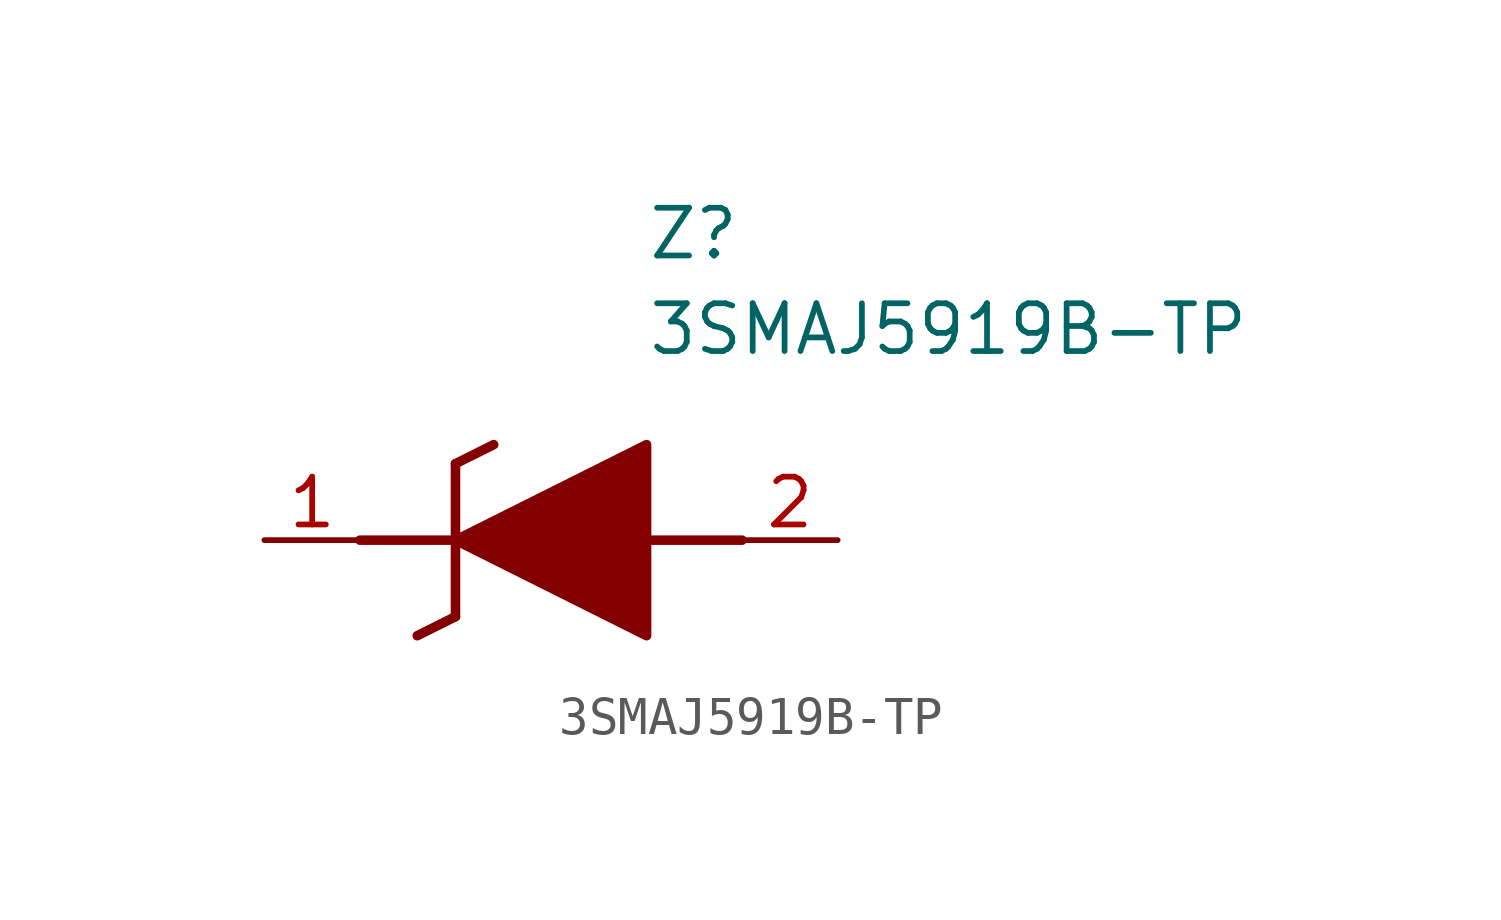
<source format=kicad_sym>
(kicad_symbol_lib
  (version 20211014)
  (generator SamacSys_ECAD_Model)
  (symbol "3SMAJ5919B-TP"
    (pin_names hide)
    (property "Reference" "Z"
      (at 10.16 8.89 0)
      (effects (font (size 1.27 1.27)) (justify left top)))
    (property "Value" "3SMAJ5919B-TP"
      (at 10.16 6.35 0)
      (effects (font (size 1.27 1.27)) (justify left top)))
    (polyline
      (pts (xy 5.08 2.032) (xy 5.08 -2.032))
      (stroke (width 0.254) (type default))
      (fill (type none)))
    (polyline
      (pts (xy 5.08 2.032) (xy 6.096 2.54))
      (stroke (width 0.254) (type default))
      (fill (type none)))
    (polyline
      (pts (xy 4.064 -2.54) (xy 5.08 -2.032))
      (stroke (width 0.254) (type default))
      (fill (type none)))
    (polyline
      (pts (xy 2.54 0) (xy 5.08 0))
      (stroke (width 0.254) (type default))
      (fill (type none)))
    (polyline
      (pts (xy 12.7 0) (xy 10.16 0))
      (stroke (width 0.254) (type default))
      (fill (type none)))
    (polyline
      (pts (xy 5.08 0) (xy 10.16 2.54) (xy 10.16 -2.54) (xy 5.08 0))
      (stroke (width 0.254) (type default))
      (fill (type outline)))
    (pin passive line
      (at 0 0 0)
      (length 2.54)
      (name "K" (effects (font (size 1.27 1.27))))
      (number "1" (effects (font (size 1.27 1.27)))))
    (pin passive line
      (at 15.24 0 180)
      (length 2.54)
      (name "A" (effects (font (size 1.27 1.27))))
      (number "2" (effects (font (size 1.27 1.27)))))))
</source>
